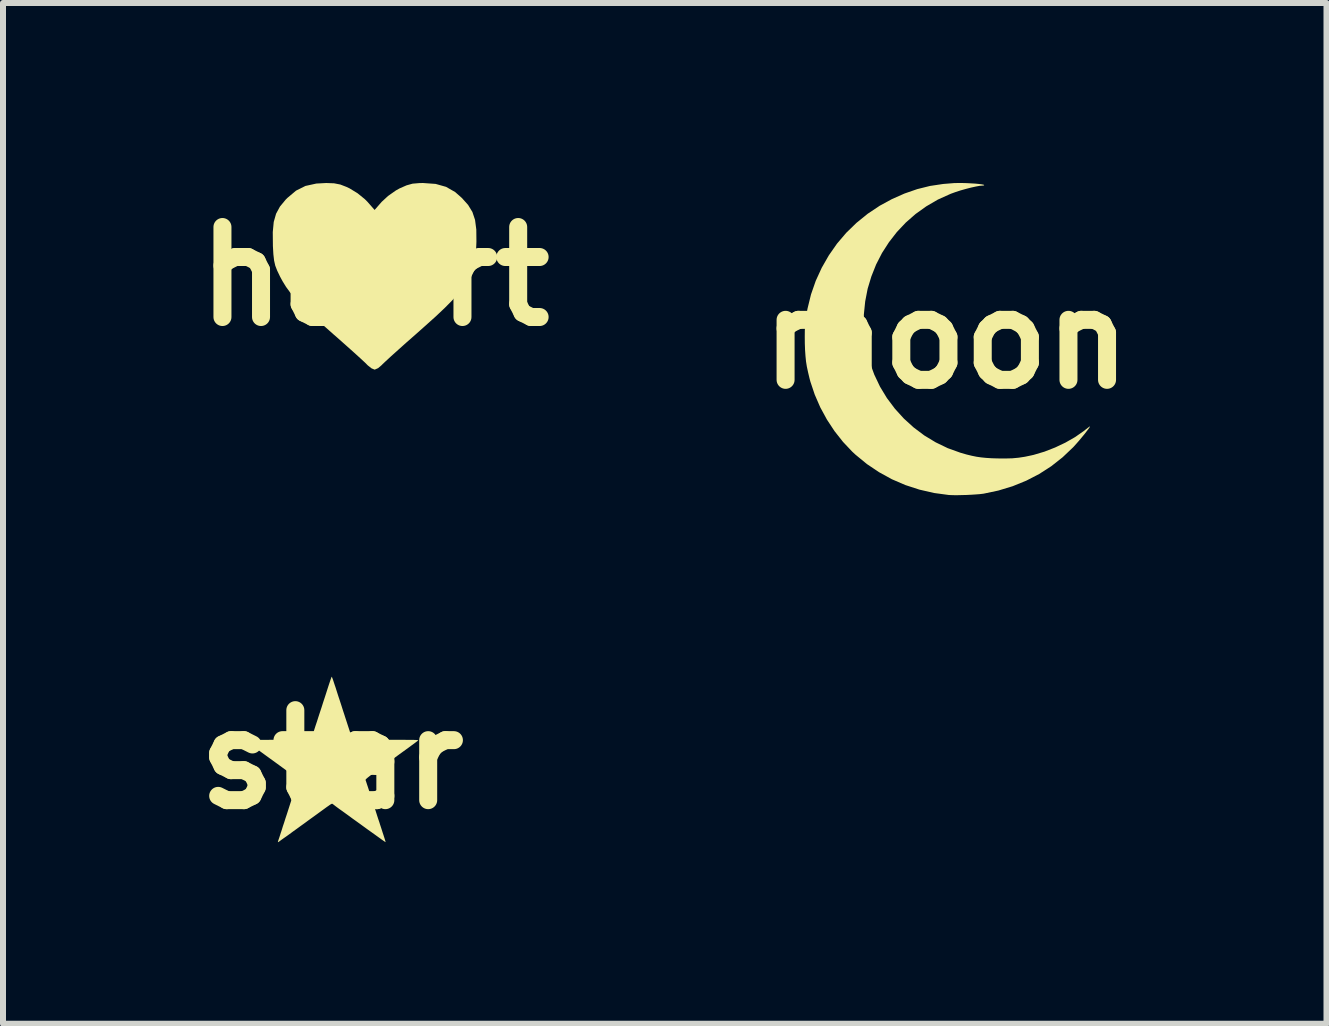
<source format=kicad_pcb>
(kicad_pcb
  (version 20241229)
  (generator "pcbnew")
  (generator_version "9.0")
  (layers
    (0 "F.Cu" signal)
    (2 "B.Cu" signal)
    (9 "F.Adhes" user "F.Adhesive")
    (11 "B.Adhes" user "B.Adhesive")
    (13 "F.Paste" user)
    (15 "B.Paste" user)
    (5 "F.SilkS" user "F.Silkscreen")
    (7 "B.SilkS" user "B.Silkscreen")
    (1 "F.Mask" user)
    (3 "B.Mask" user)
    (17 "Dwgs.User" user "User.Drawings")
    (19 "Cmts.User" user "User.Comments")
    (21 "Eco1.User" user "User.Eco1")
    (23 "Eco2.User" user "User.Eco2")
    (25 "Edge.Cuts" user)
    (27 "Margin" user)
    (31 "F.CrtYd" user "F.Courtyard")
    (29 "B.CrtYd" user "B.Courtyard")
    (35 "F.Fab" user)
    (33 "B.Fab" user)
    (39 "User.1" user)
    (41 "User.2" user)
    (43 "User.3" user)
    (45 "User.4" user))
  (footprint "star"
    (layer "F.Cu")
    (at 2.479 9.607)
    (property "Reference" "star" (at 0 0 0) (layer "F.SilkS") (effects (font (size 1.5 1.5) (thickness 0.3))))
    (attr board_only exclude_from_pos_files exclude_from_bom)
    (fp_poly (pts (xy 0.004 -1.372) (xy 0.011 -1.353) (xy 0.022 -1.324) (xy 0.034 -1.287) (xy 0.048 -1.245) (xy 0.048 -1.244) (xy 0.06 -1.21) (xy 0.075 -1.163) (xy 0.093 -1.106) (xy 0.114 -1.041) (xy 0.138 -0.969) (xy 0.163 -0.892) (xy 0.188 -0.813) (xy 0.214 -0.734) (xy 0.219 -0.718) (xy 0.346 -0.328) (xy 0.899 -0.328) (xy 1.004 -0.328) (xy 1.094 -0.328) (xy 1.172 -0.328) (xy 1.237 -0.327) (xy 1.291 -0.327) (xy 1.335 -0.327) (xy 1.369 -0.326) (xy 1.396 -0.325) (xy 1.415 -0.324) (xy 1.428 -0.323) (xy 1.436 -0.321) (xy 1.439 -0.319) (xy 1.439 -0.317) (xy 1.438 -0.315) (xy 1.436 -0.313) (xy 1.428 -0.307) (xy 1.408 -0.292) (xy 1.378 -0.269) (xy 1.338 -0.24) (xy 1.291 -0.205) (xy 1.236 -0.165) (xy 1.175 -0.121) (xy 1.109 -0.073) (xy 1.039 -0.022) (xy 0.989 0.015) (xy 0.905 0.075) (xy 0.833 0.128) (xy 0.772 0.173) (xy 0.72 0.21) (xy 0.678 0.242) (xy 0.643 0.268) (xy 0.616 0.289) (xy 0.596 0.305) (xy 0.581 0.318) (xy 0.572 0.327) (xy 0.566 0.334) (xy 0.563 0.34) (xy 0.563 0.344) (xy 0.564 0.345) (xy 0.568 0.356) (xy 0.576 0.38) (xy 0.587 0.414) (xy 0.602 0.459) (xy 0.619 0.511) (xy 0.638 0.569) (xy 0.658 0.632) (xy 0.663 0.648) (xy 0.686 0.718) (xy 0.71 0.791) (xy 0.733 0.863) (xy 0.755 0.932) (xy 0.775 0.994) (xy 0.793 1.046) (xy 0.804 1.082) (xy 0.828 1.155) (xy 0.847 1.215) (xy 0.863 1.263) (xy 0.875 1.301) (xy 0.884 1.329) (xy 0.89 1.35) (xy 0.894 1.363) (xy 0.896 1.372) (xy 0.896 1.376) (xy 0.896 1.378) (xy 0.889 1.374) (xy 0.872 1.362) (xy 0.844 1.343) (xy 0.808 1.317) (xy 0.765 1.286) (xy 0.715 1.25) (xy 0.659 1.21) (xy 0.6 1.168) (xy 0.538 1.123) (xy 0.475 1.077) (xy 0.411 1.031) (xy 0.348 0.986) (xy 0.287 0.941) (xy 0.229 0.899) (xy 0.175 0.86) (xy 0.127 0.826) (xy 0.086 0.796) (xy 0.053 0.771) (xy 0.03 0.753) (xy 0.016 0.743) (xy 0.015 0.742) (xy 0.008 0.738) (xy -0.001 0.739) (xy -0.015 0.746) (xy -0.036 0.76) (xy -0.067 0.782) (xy -0.069 0.783) (xy -0.089 0.797) (xy -0.119 0.819) (xy -0.159 0.848) (xy -0.207 0.883) (xy -0.262 0.923) (xy -0.323 0.967) (xy -0.388 1.014) (xy -0.456 1.064) (xy -0.516 1.107) (xy -0.583 1.156) (xy -0.646 1.201) (xy -0.704 1.244) (xy -0.757 1.282) (xy -0.803 1.314) (xy -0.841 1.341) (xy -0.869 1.362) (xy -0.888 1.375) (xy -0.896 1.379) (xy -0.896 1.379) (xy -0.898 1.374) (xy -0.897 1.37) (xy -0.894 1.36) (xy -0.887 1.338) (xy -0.876 1.306) (xy -0.863 1.266) (xy -0.849 1.221) (xy -0.843 1.204) (xy -0.83 1.164) (xy -0.814 1.112) (xy -0.793 1.05) (xy -0.771 0.98) (xy -0.746 0.905) (xy -0.721 0.827) (xy -0.696 0.749) (xy -0.676 0.687) (xy -0.558 0.327) (xy -0.597 0.298) (xy -0.611 0.288) (xy -0.636 0.27) (xy -0.67 0.245) (xy -0.713 0.214) (xy -0.763 0.178) (xy -0.818 0.138) (xy -0.878 0.094) (xy -0.94 0.049) (xy -0.956 0.037) (xy -1.045 -0.027) (xy -1.122 -0.083) (xy -1.188 -0.131) (xy -1.245 -0.172) (xy -1.292 -0.207) (xy -1.331 -0.235) (xy -1.363 -0.258) (xy -1.388 -0.277) (xy -1.407 -0.291) (xy -1.421 -0.301) (xy -1.431 -0.309) (xy -1.438 -0.314) (xy -1.441 -0.317) (xy -1.444 -0.319) (xy -1.445 -0.321) (xy -1.445 -0.321) (xy -1.438 -0.322) (xy -1.417 -0.323) (xy -1.383 -0.324) (xy -1.337 -0.325) (xy -1.281 -0.326) (xy -1.215 -0.327) (xy -1.14 -0.327) (xy -1.057 -0.327) (xy -0.969 -0.328) (xy -0.898 -0.328) (xy -0.346 -0.328) (xy -0.303 -0.459) (xy -0.288 -0.507) (xy -0.269 -0.566) (xy -0.246 -0.634) (xy -0.222 -0.71) (xy -0.196 -0.789) (xy -0.169 -0.871) (xy -0.143 -0.953) (xy -0.117 -1.032) (xy -0.093 -1.106) (xy -0.072 -1.172) (xy -0.054 -1.228) (xy -0.041 -1.267) (xy -0.028 -1.306) (xy -0.017 -1.338) (xy -0.008 -1.363) (xy -0.002 -1.377) (xy 0.000088 -1.379)) (stroke (width 0) (type solid)) (fill yes) (layer "F.SilkS")))
  (footprint "moon"
    (layer "F.Cu")
    (at 12.721 2.602)
    (property "Reference" "moon" (at 0 0 0) (layer "F.SilkS") (effects (font (size 1.5 1.5) (thickness 0.3))))
    (attr board_only exclude_from_pos_files exclude_from_bom)
    (fp_poly (pts (xy 0.267 -2.602) (xy 0.341 -2.6) (xy 0.414 -2.596) (xy 0.483 -2.592) (xy 0.543 -2.586) (xy 0.59 -2.58) (xy 0.621 -2.574) (xy 0.63 -2.569) (xy 0.629 -2.562) (xy 0.607 -2.559) (xy 0.605 -2.559) (xy 0.556 -2.555) (xy 0.491 -2.543) (xy 0.413 -2.526) (xy 0.328 -2.504) (xy 0.239 -2.479) (xy 0.153 -2.451) (xy 0.073 -2.422) (xy 0.064 -2.418) (xy -0.142 -2.325) (xy -0.334 -2.213) (xy -0.513 -2.085) (xy -0.676 -1.942) (xy -0.824 -1.785) (xy -0.956 -1.615) (xy -1.072 -1.435) (xy -1.17 -1.244) (xy -1.249 -1.045) (xy -1.311 -0.84) (xy -1.352 -0.628) (xy -1.374 -0.412) (xy -1.375 -0.193) (xy -1.355 0.027) (xy -1.313 0.248) (xy -1.278 0.379) (xy -1.201 0.59) (xy -1.105 0.792) (xy -0.99 0.982) (xy -0.857 1.159) (xy -0.708 1.323) (xy -0.544 1.472) (xy -0.367 1.605) (xy -0.177 1.72) (xy 0.024 1.817) (xy 0.235 1.893) (xy 0.339 1.923) (xy 0.426 1.944) (xy 0.505 1.96) (xy 0.581 1.971) (xy 0.662 1.979) (xy 0.754 1.985) (xy 0.851 1.988) (xy 0.983 1.989) (xy 1.099 1.986) (xy 1.206 1.976) (xy 1.31 1.96) (xy 1.419 1.937) (xy 1.458 1.928) (xy 1.636 1.875) (xy 1.813 1.806) (xy 1.984 1.725) (xy 2.145 1.633) (xy 2.29 1.532) (xy 2.329 1.501) (xy 2.361 1.476) (xy 2.384 1.459) (xy 2.395 1.453) (xy 2.395 1.454) (xy 2.388 1.469) (xy 2.368 1.498) (xy 2.338 1.537) (xy 2.301 1.585) (xy 2.258 1.637) (xy 2.214 1.69) (xy 2.17 1.74) (xy 2.129 1.786) (xy 2.113 1.803) (xy 1.938 1.969) (xy 1.749 2.118) (xy 1.547 2.248) (xy 1.332 2.359) (xy 1.106 2.451) (xy 0.869 2.523) (xy 0.623 2.575) (xy 0.608 2.577) (xy 0.559 2.583) (xy 0.494 2.588) (xy 0.417 2.593) (xy 0.334 2.597) (xy 0.251 2.599) (xy 0.173 2.601) (xy 0.106 2.6) (xy 0.055 2.598) (xy 0.046 2.598) (xy -0.205 2.564) (xy -0.448 2.508) (xy -0.682 2.432) (xy -0.907 2.335) (xy -1.12 2.218) (xy -1.323 2.082) (xy -1.513 1.926) (xy -1.567 1.876) (xy -1.721 1.713) (xy -1.863 1.533) (xy -1.99 1.34) (xy -2.101 1.136) (xy -2.193 0.924) (xy -2.265 0.709) (xy -2.279 0.657) (xy -2.304 0.552) (xy -2.324 0.459) (xy -2.338 0.372) (xy -2.347 0.282) (xy -2.354 0.182) (xy -2.358 0.073) (xy -2.359 -0.046) (xy -2.358 -0.149) (xy -2.352 -0.243) (xy -2.342 -0.334) (xy -2.327 -0.43) (xy -2.313 -0.509) (xy -2.255 -0.745) (xy -2.176 -0.972) (xy -2.076 -1.19) (xy -1.958 -1.396) (xy -1.822 -1.591) (xy -1.668 -1.772) (xy -1.497 -1.938) (xy -1.311 -2.089) (xy -1.11 -2.223) (xy -0.908 -2.333) (xy -0.696 -2.427) (xy -0.485 -2.5) (xy -0.272 -2.553) (xy -0.052 -2.586) (xy 0.133 -2.601) (xy 0.196 -2.602)) (stroke (width 0) (type solid)) (fill yes) (layer "F.SilkS")))
  (footprint "heart"
    (layer "F.Cu")
    (at 3.193 1.555)
    (property "Reference" "heart" (at 0 0 0) (layer "F.SilkS") (effects (font (size 1.5 1.5) (thickness 0.3))))
    (attr board_only exclude_from_pos_files exclude_from_bom)
    (fp_poly (pts (xy 1.017 -1.54) (xy 1.191 -1.491) (xy 1.343 -1.404) (xy 1.454 -1.306) (xy 1.558 -1.19) (xy 1.63 -1.072) (xy 1.674 -0.94) (xy 1.695 -0.78) (xy 1.697 -0.579) (xy 1.695 -0.526) (xy 1.688 -0.379) (xy 1.677 -0.273) (xy 1.658 -0.187) (xy 1.628 -0.105) (xy 1.581 -0.006) (xy 1.575 0.006) (xy 1.521 0.105) (xy 1.459 0.201) (xy 1.384 0.299) (xy 1.29 0.405) (xy 1.171 0.525) (xy 1.022 0.666) (xy 0.837 0.832) (xy 0.675 0.976) (xy 0.528 1.105) (xy 0.393 1.226) (xy 0.276 1.331) (xy 0.186 1.414) (xy 0.13 1.467) (xy 0.12 1.478) (xy 0.059 1.53) (xy 0.005 1.554) (xy 0 1.555) (xy -0.051 1.534) (xy -0.113 1.485) (xy -0.12 1.478) (xy -0.162 1.436) (xy -0.242 1.362) (xy -0.35 1.264) (xy -0.48 1.148) (xy -0.623 1.021) (xy -0.675 0.976) (xy -0.889 0.786) (xy -1.064 0.626) (xy -1.205 0.492) (xy -1.317 0.376) (xy -1.405 0.273) (xy -1.476 0.176) (xy -1.535 0.08) (xy -1.575 0.006) (xy -1.624 -0.096) (xy -1.656 -0.179) (xy -1.675 -0.263) (xy -1.687 -0.367) (xy -1.695 -0.508) (xy -1.695 -0.526) (xy -1.697 -0.737) (xy -1.681 -0.906) (xy -1.642 -1.043) (xy -1.577 -1.163) (xy -1.481 -1.279) (xy -1.454 -1.306) (xy -1.309 -1.428) (xy -1.153 -1.506) (xy -0.971 -1.546) (xy -0.806 -1.555) (xy -0.675 -1.55) (xy -0.572 -1.53) (xy -0.466 -1.489) (xy -0.416 -1.465) (xy -0.285 -1.385) (xy -0.163 -1.286) (xy -0.118 -1.241) (xy 0 -1.106) (xy 0.118 -1.241) (xy 0.224 -1.339) (xy 0.355 -1.431) (xy 0.416 -1.465) (xy 0.532 -1.516) (xy 0.632 -1.544) (xy 0.749 -1.554) (xy 0.806 -1.555)) (stroke (width 0) (type solid)) (fill yes) (layer "F.SilkS")))
  (gr_rect
    (start -3 -3)
    (end 19.057 14.011)
    (stroke (width 0.1) (type default))
    (fill no)
    (layer "Edge.Cuts")))
</source>
